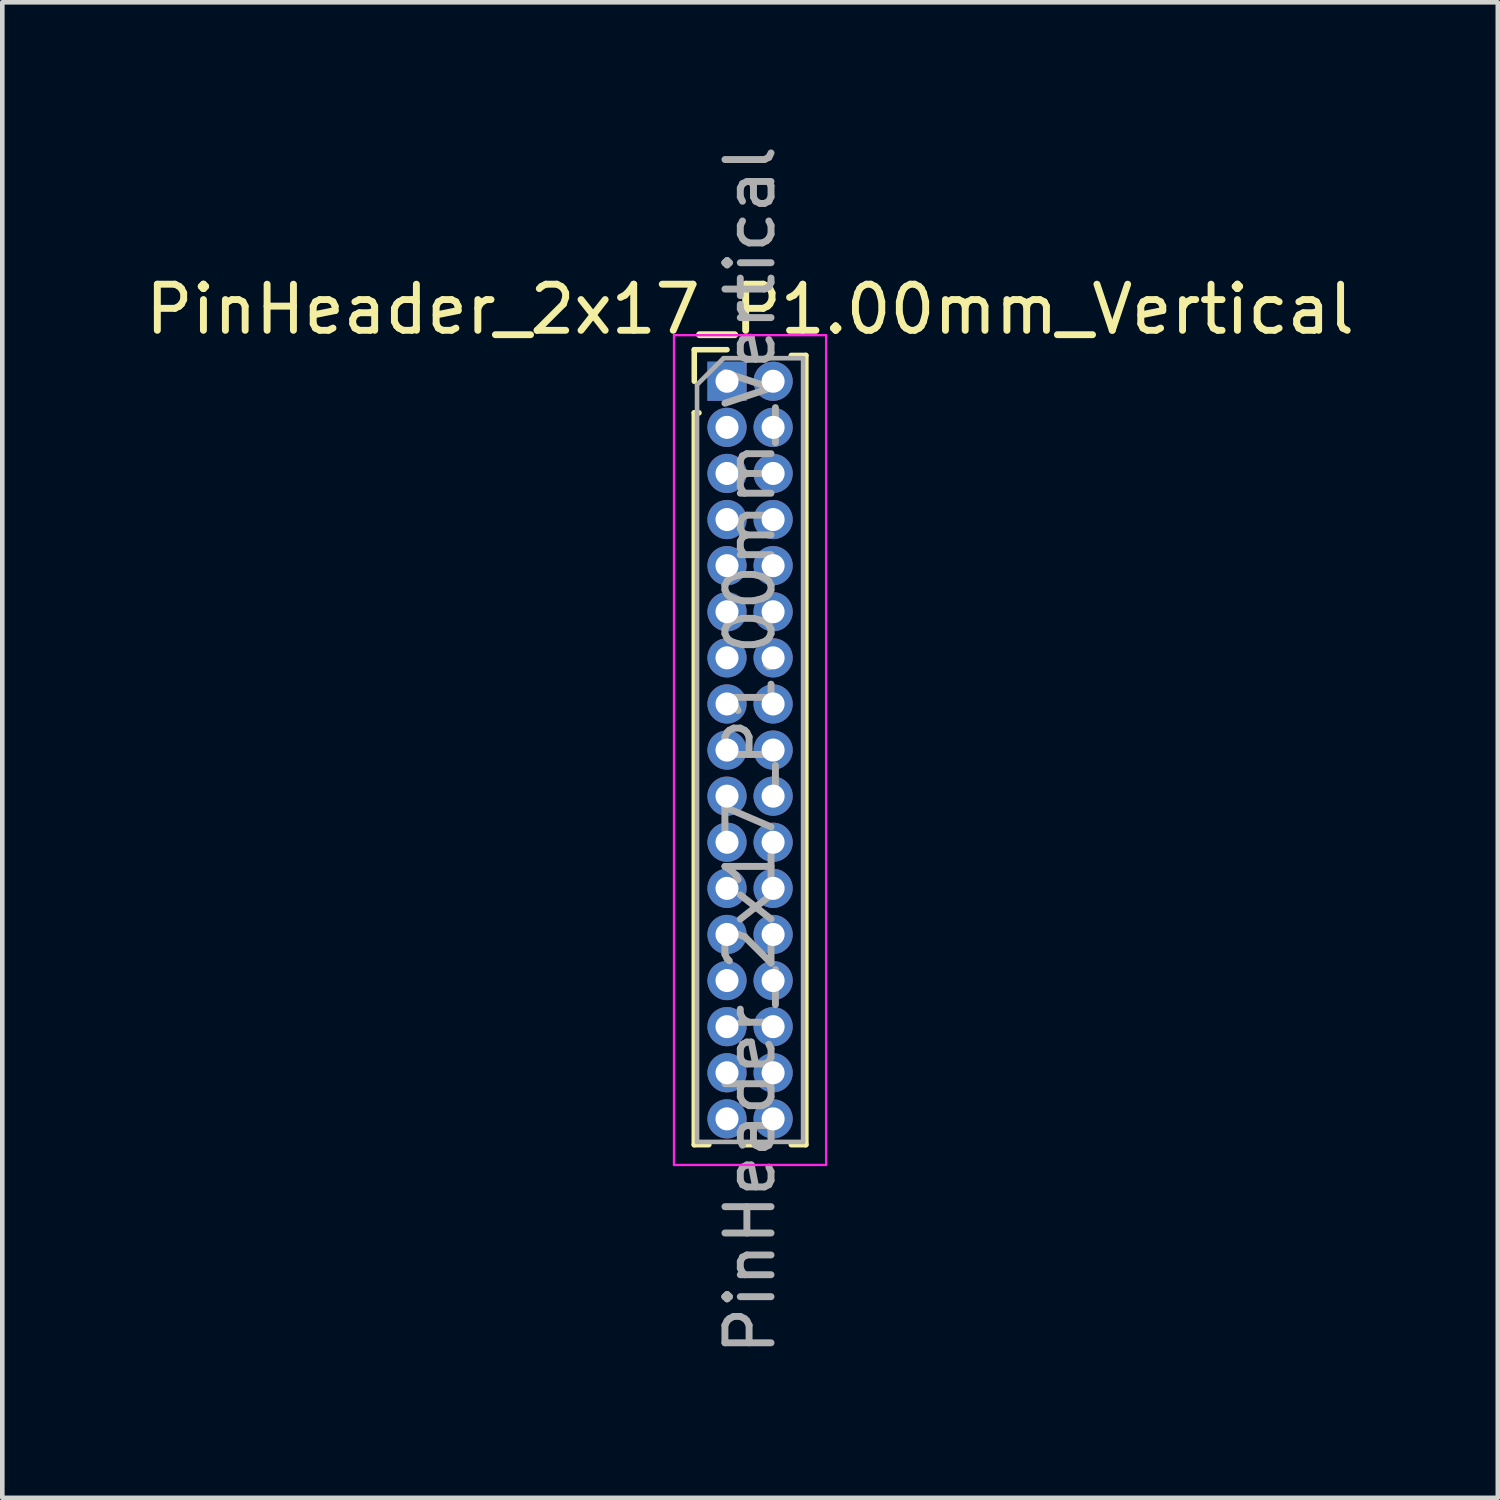
<source format=kicad_pcb>
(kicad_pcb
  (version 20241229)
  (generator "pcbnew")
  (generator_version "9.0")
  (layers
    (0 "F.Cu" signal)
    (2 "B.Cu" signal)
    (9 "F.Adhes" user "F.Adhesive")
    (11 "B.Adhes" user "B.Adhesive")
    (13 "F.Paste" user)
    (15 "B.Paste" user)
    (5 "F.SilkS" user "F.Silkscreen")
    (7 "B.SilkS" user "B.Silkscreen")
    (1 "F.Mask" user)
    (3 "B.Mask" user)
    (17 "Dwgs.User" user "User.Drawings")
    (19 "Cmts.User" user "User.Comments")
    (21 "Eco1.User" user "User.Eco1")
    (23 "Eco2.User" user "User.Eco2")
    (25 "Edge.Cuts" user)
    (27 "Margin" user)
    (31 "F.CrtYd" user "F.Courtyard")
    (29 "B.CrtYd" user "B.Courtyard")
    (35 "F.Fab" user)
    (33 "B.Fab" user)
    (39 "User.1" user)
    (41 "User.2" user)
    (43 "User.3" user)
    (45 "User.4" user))
  (footprint "PinHeader_2x17_P1.00mm_Vertical"
    (layer "F.Cu")
    (at 12.72 5.22)
    (property "Reference" "PinHeader_2x17_P1.00mm_Vertical" (at 0.5 -1.56 0) (layer "F.SilkS") (effects (font (size 1 1) (thickness 0.15))))
    (attr through_hole)
    (fp_line (start -0.71 -0.685) (end 0 -0.685) (stroke (width 0.12) (type solid)) (layer "F.SilkS"))
    (fp_line (start -0.71 0) (end -0.71 -0.685) (stroke (width 0.12) (type solid)) (layer "F.SilkS"))
    (fp_line (start -0.71 0.685) (end -0.71 16.56) (stroke (width 0.12) (type solid)) (layer "F.SilkS"))
    (fp_line (start -0.71 0.685) (end -0.608 0.685) (stroke (width 0.12) (type solid)) (layer "F.SilkS"))
    (fp_line (start -0.71 16.56) (end -0.394 16.56) (stroke (width 0.12) (type solid)) (layer "F.SilkS"))
    (fp_line (start 0.394 16.56) (end 0.606 16.56) (stroke (width 0.12) (type solid)) (layer "F.SilkS"))
    (fp_line (start 1.394 -0.56) (end 1.71 -0.56) (stroke (width 0.12) (type solid)) (layer "F.SilkS"))
    (fp_line (start 1.394 16.56) (end 1.71 16.56) (stroke (width 0.12) (type solid)) (layer "F.SilkS"))
    (fp_line (start 1.71 -0.56) (end 1.71 16.56) (stroke (width 0.12) (type solid)) (layer "F.SilkS"))
    (fp_line (start -1.15 -1) (end -1.15 17) (stroke (width 0.05) (type solid)) (layer "F.CrtYd"))
    (fp_line (start -1.15 17) (end 2.15 17) (stroke (width 0.05) (type solid)) (layer "F.CrtYd"))
    (fp_line (start 2.15 -1) (end -1.15 -1) (stroke (width 0.05) (type solid)) (layer "F.CrtYd"))
    (fp_line (start 2.15 17) (end 2.15 -1) (stroke (width 0.05) (type solid)) (layer "F.CrtYd"))
    (fp_line (start -0.65 0.075) (end -0.075 -0.5) (stroke (width 0.1) (type solid)) (layer "F.Fab"))
    (fp_line (start -0.65 16.5) (end -0.65 0.075) (stroke (width 0.1) (type solid)) (layer "F.Fab"))
    (fp_line (start -0.075 -0.5) (end 1.65 -0.5) (stroke (width 0.1) (type solid)) (layer "F.Fab"))
    (fp_line (start 1.65 -0.5) (end 1.65 16.5) (stroke (width 0.1) (type solid)) (layer "F.Fab"))
    (fp_line (start 1.65 16.5) (end -0.65 16.5) (stroke (width 0.1) (type solid)) (layer "F.Fab"))
    (fp_text user "${REFERENCE}" (at 0.5 8 90) (layer "F.Fab") (effects (font (size 1 1) (thickness 0.15))))
    (pad "1" thru_hole rect (at 0 0) (size 0.85 0.85) (drill 0.5) (layers "*.Cu" "*.Mask"))
    (pad "2" thru_hole oval (at 1 0) (size 0.85 0.85) (drill 0.5) (layers "*.Cu" "*.Mask"))
    (pad "3" thru_hole oval (at 0 1) (size 0.85 0.85) (drill 0.5) (layers "*.Cu" "*.Mask"))
    (pad "4" thru_hole oval (at 1 1) (size 0.85 0.85) (drill 0.5) (layers "*.Cu" "*.Mask"))
    (pad "5" thru_hole oval (at 0 2) (size 0.85 0.85) (drill 0.5) (layers "*.Cu" "*.Mask"))
    (pad "6" thru_hole oval (at 1 2) (size 0.85 0.85) (drill 0.5) (layers "*.Cu" "*.Mask"))
    (pad "7" thru_hole oval (at 0 3) (size 0.85 0.85) (drill 0.5) (layers "*.Cu" "*.Mask"))
    (pad "8" thru_hole oval (at 1 3) (size 0.85 0.85) (drill 0.5) (layers "*.Cu" "*.Mask"))
    (pad "9" thru_hole oval (at 0 4) (size 0.85 0.85) (drill 0.5) (layers "*.Cu" "*.Mask"))
    (pad "10" thru_hole oval (at 1 4) (size 0.85 0.85) (drill 0.5) (layers "*.Cu" "*.Mask"))
    (pad "11" thru_hole oval (at 0 5) (size 0.85 0.85) (drill 0.5) (layers "*.Cu" "*.Mask"))
    (pad "12" thru_hole oval (at 1 5) (size 0.85 0.85) (drill 0.5) (layers "*.Cu" "*.Mask"))
    (pad "13" thru_hole oval (at 0 6) (size 0.85 0.85) (drill 0.5) (layers "*.Cu" "*.Mask"))
    (pad "14" thru_hole oval (at 1 6) (size 0.85 0.85) (drill 0.5) (layers "*.Cu" "*.Mask"))
    (pad "15" thru_hole oval (at 0 7) (size 0.85 0.85) (drill 0.5) (layers "*.Cu" "*.Mask"))
    (pad "16" thru_hole oval (at 1 7) (size 0.85 0.85) (drill 0.5) (layers "*.Cu" "*.Mask"))
    (pad "17" thru_hole oval (at 0 8) (size 0.85 0.85) (drill 0.5) (layers "*.Cu" "*.Mask"))
    (pad "18" thru_hole oval (at 1 8) (size 0.85 0.85) (drill 0.5) (layers "*.Cu" "*.Mask"))
    (pad "19" thru_hole oval (at 0 9) (size 0.85 0.85) (drill 0.5) (layers "*.Cu" "*.Mask"))
    (pad "20" thru_hole oval (at 1 9) (size 0.85 0.85) (drill 0.5) (layers "*.Cu" "*.Mask"))
    (pad "21" thru_hole oval (at 0 10) (size 0.85 0.85) (drill 0.5) (layers "*.Cu" "*.Mask"))
    (pad "22" thru_hole oval (at 1 10) (size 0.85 0.85) (drill 0.5) (layers "*.Cu" "*.Mask"))
    (pad "23" thru_hole oval (at 0 11) (size 0.85 0.85) (drill 0.5) (layers "*.Cu" "*.Mask"))
    (pad "24" thru_hole oval (at 1 11) (size 0.85 0.85) (drill 0.5) (layers "*.Cu" "*.Mask"))
    (pad "25" thru_hole oval (at 0 12) (size 0.85 0.85) (drill 0.5) (layers "*.Cu" "*.Mask"))
    (pad "26" thru_hole oval (at 1 12) (size 0.85 0.85) (drill 0.5) (layers "*.Cu" "*.Mask"))
    (pad "27" thru_hole oval (at 0 13) (size 0.85 0.85) (drill 0.5) (layers "*.Cu" "*.Mask"))
    (pad "28" thru_hole oval (at 1 13) (size 0.85 0.85) (drill 0.5) (layers "*.Cu" "*.Mask"))
    (pad "29" thru_hole oval (at 0 14) (size 0.85 0.85) (drill 0.5) (layers "*.Cu" "*.Mask"))
    (pad "30" thru_hole oval (at 1 14) (size 0.85 0.85) (drill 0.5) (layers "*.Cu" "*.Mask"))
    (pad "31" thru_hole oval (at 0 15) (size 0.85 0.85) (drill 0.5) (layers "*.Cu" "*.Mask"))
    (pad "32" thru_hole oval (at 1 15) (size 0.85 0.85) (drill 0.5) (layers "*.Cu" "*.Mask"))
    (pad "33" thru_hole oval (at 0 16) (size 0.85 0.85) (drill 0.5) (layers "*.Cu" "*.Mask"))
    (pad "34" thru_hole oval (at 1 16) (size 0.85 0.85) (drill 0.5) (layers "*.Cu" "*.Mask")))
  (gr_rect
    (start -3 -3)
    (end 29.44 29.44)
    (stroke (width 0.1) (type default))
    (fill no)
    (layer "Edge.Cuts")))
</source>
